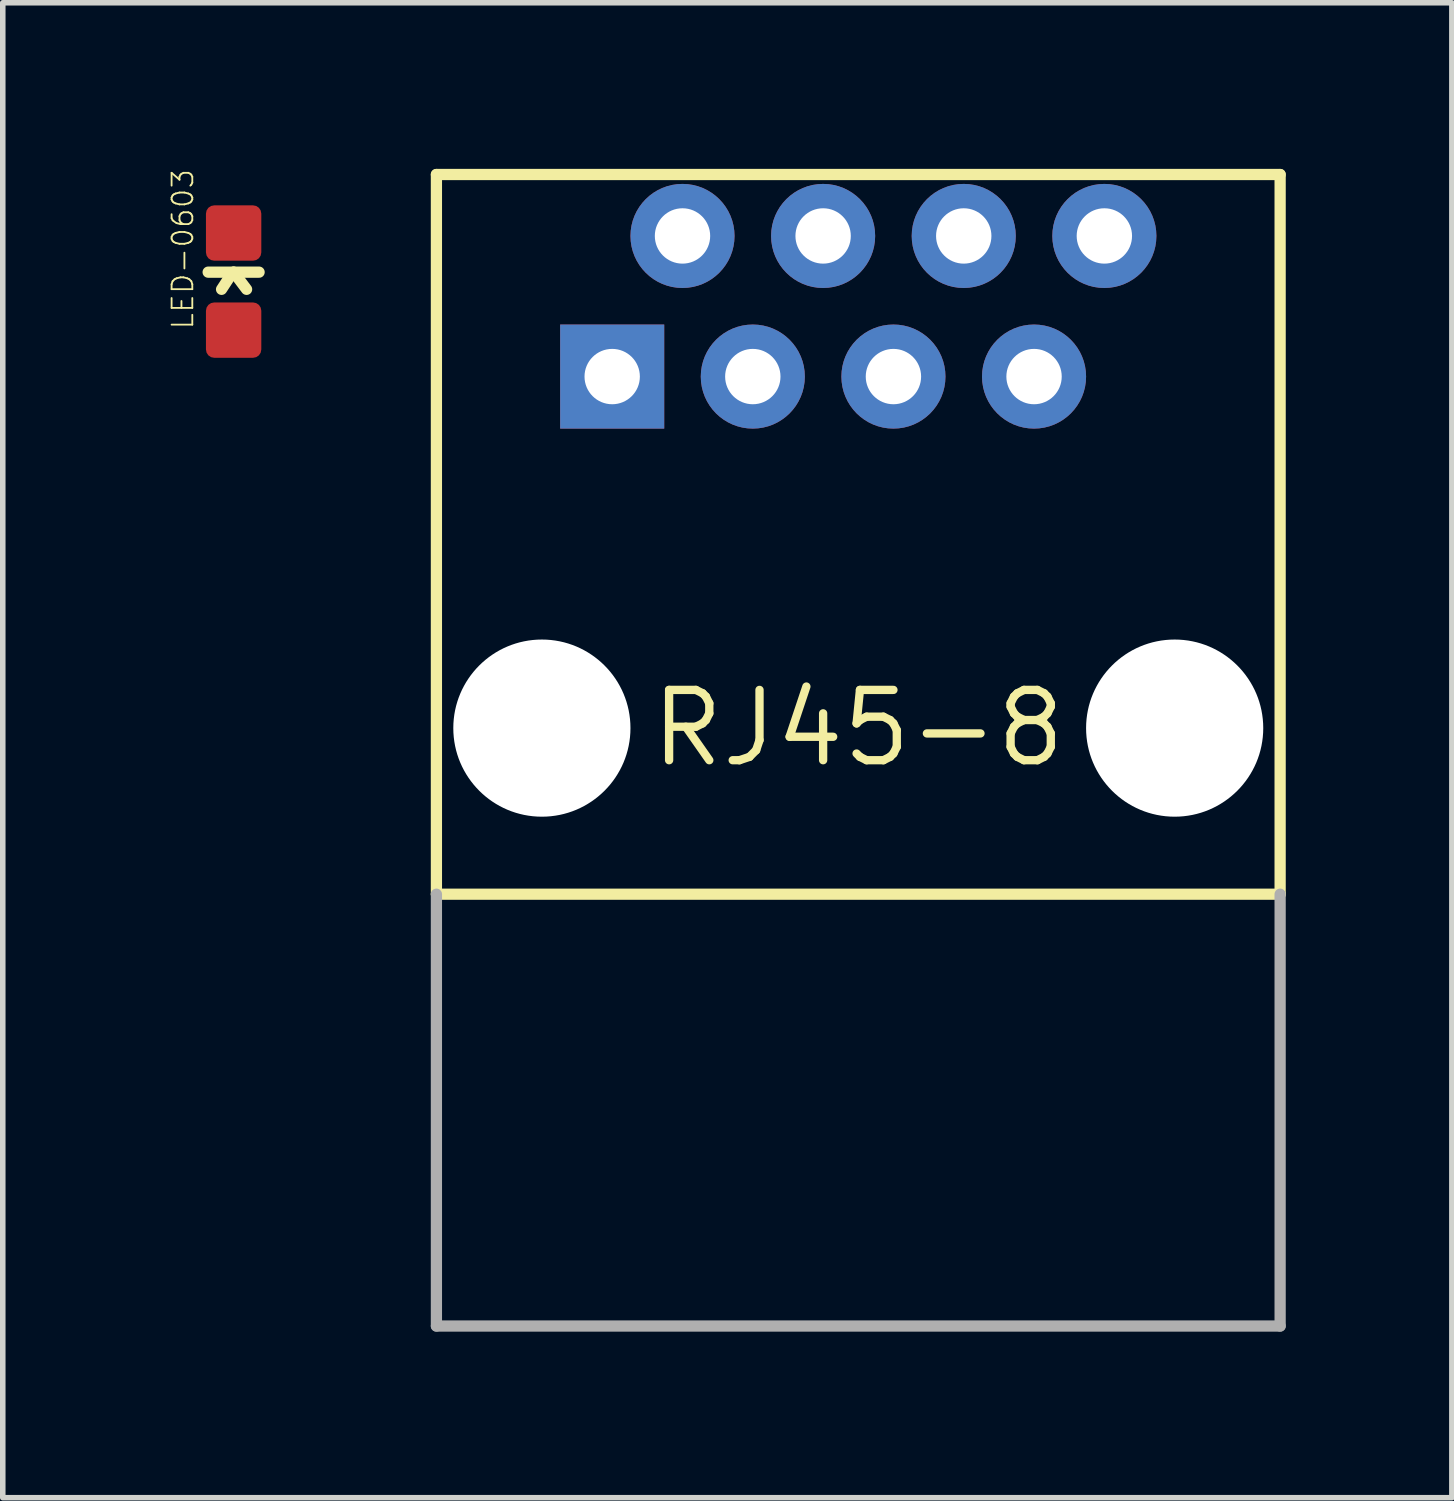
<source format=kicad_pcb>
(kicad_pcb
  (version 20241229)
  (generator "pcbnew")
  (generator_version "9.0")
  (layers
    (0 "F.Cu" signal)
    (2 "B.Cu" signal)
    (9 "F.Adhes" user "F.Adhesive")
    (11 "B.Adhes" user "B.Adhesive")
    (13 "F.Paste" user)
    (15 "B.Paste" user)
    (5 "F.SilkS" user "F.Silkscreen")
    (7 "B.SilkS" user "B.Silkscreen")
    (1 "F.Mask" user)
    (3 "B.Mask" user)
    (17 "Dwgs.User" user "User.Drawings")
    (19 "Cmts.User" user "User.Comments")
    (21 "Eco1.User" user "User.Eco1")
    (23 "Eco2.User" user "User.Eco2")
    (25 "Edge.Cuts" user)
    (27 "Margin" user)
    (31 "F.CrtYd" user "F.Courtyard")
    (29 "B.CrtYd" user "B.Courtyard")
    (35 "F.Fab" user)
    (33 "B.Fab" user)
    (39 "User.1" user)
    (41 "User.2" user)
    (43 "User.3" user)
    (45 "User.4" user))
  (footprint "RJ45-8"
    (layer "F.Cu")
    (at 12.453 10.102)
    (property "Reference" "RJ45-8" (at 0 0 0) (layer "F.SilkS") (effects (font (size 1.27 1.27) (thickness 0.15))))
    (fp_line (start -7.62 -10) (end 7.62 -10) (stroke (width 0.203) (type solid)) (layer "F.SilkS"))
    (fp_line (start -7.62 3) (end -7.62 -10) (stroke (width 0.203) (type solid)) (layer "F.SilkS"))
    (fp_line (start -7.62 3) (end 7.62 3) (stroke (width 0.203) (type solid)) (layer "F.SilkS"))
    (fp_line (start 7.62 -10) (end 7.62 3) (stroke (width 0.203) (type solid)) (layer "F.SilkS"))
    (fp_line (start -7.62 3) (end -7.62 10.8) (stroke (width 0.203) (type solid)) (layer "F.Fab"))
    (fp_line (start -7.62 10.8) (end 7.62 10.8) (stroke (width 0.203) (type solid)) (layer "F.Fab"))
    (fp_line (start 7.62 10.8) (end 7.62 3) (stroke (width 0.203) (type solid)) (layer "F.Fab"))
    (pad "" np_thru_hole circle (at -5.715 0) (size 3.2 3.2) (drill 3.2) (layers "*.Cu" "*.Mask"))
    (pad "" np_thru_hole circle (at 5.715 0) (size 3.2 3.2) (drill 3.2) (layers "*.Cu" "*.Mask"))
    (pad "1" thru_hole rect (at -4.445 -6.35) (size 1.88 1.88) (drill 1) (layers "*.Cu" "*.Mask"))
    (pad "2" thru_hole circle (at -3.175 -8.89) (size 1.88 1.88) (drill 1) (layers "*.Cu" "*.Mask"))
    (pad "3" thru_hole circle (at -1.905 -6.35) (size 1.88 1.88) (drill 1) (layers "*.Cu" "*.Mask"))
    (pad "4" thru_hole circle (at -0.635 -8.89) (size 1.88 1.88) (drill 1) (layers "*.Cu" "*.Mask"))
    (pad "5" thru_hole circle (at 0.635 -6.35) (size 1.88 1.88) (drill 1) (layers "*.Cu" "*.Mask"))
    (pad "6" thru_hole circle (at 1.905 -8.89) (size 1.88 1.88) (drill 1) (layers "*.Cu" "*.Mask"))
    (pad "7" thru_hole circle (at 3.175 -6.35) (size 1.88 1.88) (drill 1) (layers "*.Cu" "*.Mask"))
    (pad "8" thru_hole circle (at 4.445 -8.89) (size 1.88 1.88) (drill 1) (layers "*.Cu" "*.Mask")))
  (footprint "LED-0603"
    (layer "F.Cu")
    (at 1.17 2.036)
    (property "Reference" "LED-0603" (at -0.699 0.889 90) (unlocked yes) (layer "F.SilkS") (effects (font (size 0.374 0.374) (thickness 0.033)) (justify left bottom)))
    (fp_line (start -0.46 -0.17) (end 0 -0.17) (stroke (width 0.203) (type solid)) (layer "F.SilkS"))
    (fp_line (start -0.025 -0.155) (end -0.218 0.14) (stroke (width 0.203) (type solid)) (layer "F.SilkS"))
    (fp_line (start 0 -0.17) (end 0.234 0.14) (stroke (width 0.203) (type solid)) (layer "F.SilkS"))
    (fp_line (start 0.46 -0.17) (end 0 -0.17) (stroke (width 0.203) (type solid)) (layer "F.SilkS"))
    (pad "A" smd roundrect (at 0 0.877) (size 1 1) (layers "F.Cu" "F.Mask" "F.Paste") (roundrect_rratio 0.15))
    (pad "C" smd roundrect (at 0 -0.877) (size 1 1) (layers "F.Cu" "F.Mask" "F.Paste") (roundrect_rratio 0.15)))
  (gr_rect
    (start -3 -3)
    (end 23.175 24.003)
    (stroke (width 0.1) (type default))
    (fill no)
    (layer "Edge.Cuts")))
</source>
